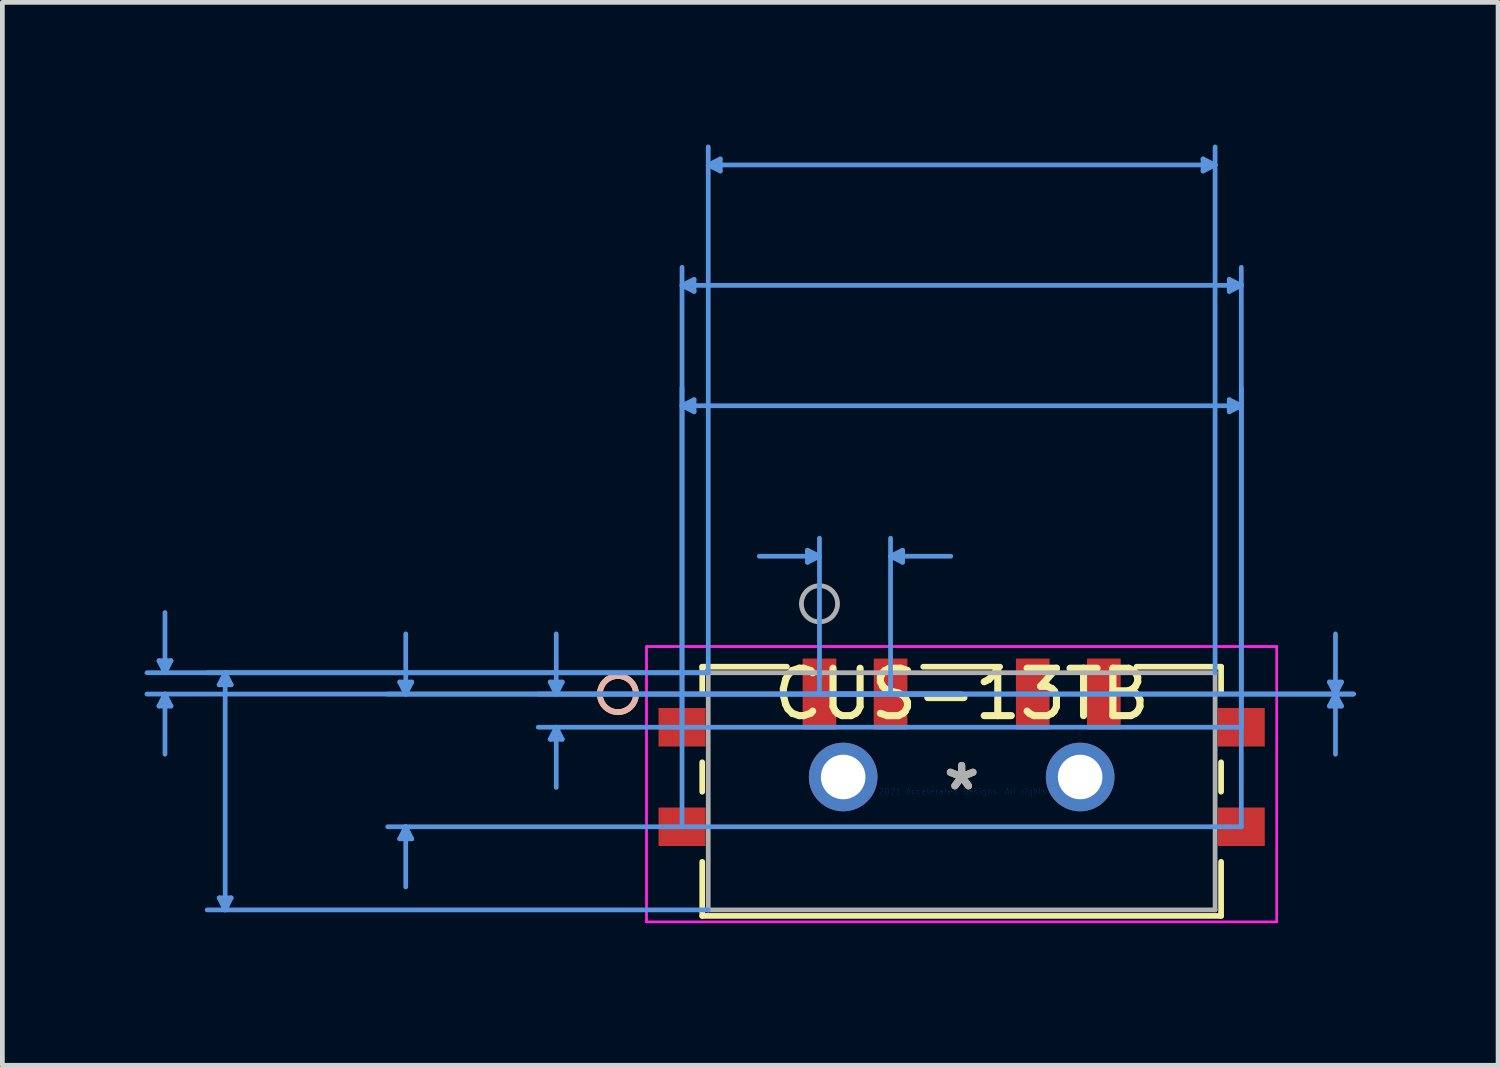
<source format=kicad_pcb>
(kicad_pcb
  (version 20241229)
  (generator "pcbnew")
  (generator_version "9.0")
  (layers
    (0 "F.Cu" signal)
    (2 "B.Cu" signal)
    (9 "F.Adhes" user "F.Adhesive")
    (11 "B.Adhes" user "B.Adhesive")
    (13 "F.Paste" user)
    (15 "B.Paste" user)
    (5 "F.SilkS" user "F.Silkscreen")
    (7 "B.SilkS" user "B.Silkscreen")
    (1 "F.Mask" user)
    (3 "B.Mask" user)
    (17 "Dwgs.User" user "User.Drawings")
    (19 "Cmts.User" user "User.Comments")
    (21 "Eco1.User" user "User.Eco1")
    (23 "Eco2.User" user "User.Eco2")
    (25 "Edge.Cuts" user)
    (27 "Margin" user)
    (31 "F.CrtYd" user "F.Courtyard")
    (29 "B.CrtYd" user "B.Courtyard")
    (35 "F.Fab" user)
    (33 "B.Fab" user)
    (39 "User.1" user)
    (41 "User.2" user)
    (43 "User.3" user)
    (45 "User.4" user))
  (footprint "CUS-13TB"
    (layer "F.Cu")
    (at 17.24 13.646)
    (property "Reference" "CUS-13TB" (at 0 -2.052 0) (layer "F.SilkS") (effects (font (size 1 1) (thickness 0.15))))
    (attr through_hole)
    (fp_line (start -5.474 -2.629) (end -5.474 -2.091) (stroke (width 0.12) (type solid)) (layer "F.SilkS"))
    (fp_line (start -5.474 -0.613) (end -5.474 0.009) (stroke (width 0.12) (type solid)) (layer "F.SilkS"))
    (fp_line (start -5.474 1.487) (end -5.474 2.629) (stroke (width 0.12) (type solid)) (layer "F.SilkS"))
    (fp_line (start -5.474 2.629) (end 5.474 2.629) (stroke (width 0.12) (type solid)) (layer "F.SilkS"))
    (fp_line (start -3.688 -2.629) (end -5.474 -2.629) (stroke (width 0.12) (type solid)) (layer "F.SilkS"))
    (fp_line (start 0.812 -2.629) (end -0.812 -2.629) (stroke (width 0.12) (type solid)) (layer "F.SilkS"))
    (fp_line (start 5.474 -2.629) (end 3.688 -2.629) (stroke (width 0.12) (type solid)) (layer "F.SilkS"))
    (fp_line (start 5.474 -2.091) (end 5.474 -2.629) (stroke (width 0.12) (type solid)) (layer "F.SilkS"))
    (fp_line (start 5.474 0.009) (end 5.474 -0.613) (stroke (width 0.12) (type solid)) (layer "F.SilkS"))
    (fp_line (start 5.474 2.629) (end 5.474 1.487) (stroke (width 0.12) (type solid)) (layer "F.SilkS"))
    (fp_circle (center -7.252 -2.052) (end -6.871 -2.052) (stroke (width 0.12) (type solid)) (fill no) (layer "F.SilkS"))
    (fp_circle (center -7.252 -2.052) (end -6.871 -2.052) (stroke (width 0.12) (type solid)) (fill no) (layer "B.SilkS"))
    (fp_line (start -16.936 -2.756) (end -16.682 -2.756) (stroke (width 0.1) (type solid)) (layer "Cmts.User"))
    (fp_line (start -16.936 -1.798) (end -16.682 -1.798) (stroke (width 0.1) (type solid)) (layer "Cmts.User"))
    (fp_line (start -16.809 -2.502) (end -16.936 -2.756) (stroke (width 0.1) (type solid)) (layer "Cmts.User"))
    (fp_line (start -16.809 -2.502) (end -16.809 -3.772) (stroke (width 0.1) (type solid)) (layer "Cmts.User"))
    (fp_line (start -16.809 -2.502) (end -16.682 -2.756) (stroke (width 0.1) (type solid)) (layer "Cmts.User"))
    (fp_line (start -16.809 -2.052) (end -16.936 -1.798) (stroke (width 0.1) (type solid)) (layer "Cmts.User"))
    (fp_line (start -16.809 -2.052) (end -16.809 -0.782) (stroke (width 0.1) (type solid)) (layer "Cmts.User"))
    (fp_line (start -16.809 -2.052) (end -16.682 -1.798) (stroke (width 0.1) (type solid)) (layer "Cmts.User"))
    (fp_line (start -15.666 -2.248) (end -15.412 -2.248) (stroke (width 0.1) (type solid)) (layer "Cmts.User"))
    (fp_line (start -15.666 2.248) (end -15.412 2.248) (stroke (width 0.1) (type solid)) (layer "Cmts.User"))
    (fp_line (start -15.539 -2.502) (end -15.666 -2.248) (stroke (width 0.1) (type solid)) (layer "Cmts.User"))
    (fp_line (start -15.539 -2.502) (end -15.539 2.502) (stroke (width 0.1) (type solid)) (layer "Cmts.User"))
    (fp_line (start -15.539 -2.502) (end -15.412 -2.248) (stroke (width 0.1) (type solid)) (layer "Cmts.User"))
    (fp_line (start -15.539 2.502) (end -15.666 2.248) (stroke (width 0.1) (type solid)) (layer "Cmts.User"))
    (fp_line (start -15.539 2.502) (end -15.412 2.248) (stroke (width 0.1) (type solid)) (layer "Cmts.User"))
    (fp_line (start -11.856 -2.306) (end -11.602 -2.306) (stroke (width 0.1) (type solid)) (layer "Cmts.User"))
    (fp_line (start -11.856 1.002) (end -11.602 1.002) (stroke (width 0.1) (type solid)) (layer "Cmts.User"))
    (fp_line (start -11.729 -2.052) (end -11.856 -2.306) (stroke (width 0.1) (type solid)) (layer "Cmts.User"))
    (fp_line (start -11.729 -2.052) (end -11.729 -3.322) (stroke (width 0.1) (type solid)) (layer "Cmts.User"))
    (fp_line (start -11.729 -2.052) (end -11.602 -2.306) (stroke (width 0.1) (type solid)) (layer "Cmts.User"))
    (fp_line (start -11.729 0.748) (end -11.856 1.002) (stroke (width 0.1) (type solid)) (layer "Cmts.User"))
    (fp_line (start -11.729 0.748) (end -11.729 2.018) (stroke (width 0.1) (type solid)) (layer "Cmts.User"))
    (fp_line (start -11.729 0.748) (end -11.602 1.002) (stroke (width 0.1) (type solid)) (layer "Cmts.User"))
    (fp_line (start -8.681 -2.306) (end -8.427 -2.306) (stroke (width 0.1) (type solid)) (layer "Cmts.User"))
    (fp_line (start -8.681 -1.098) (end -8.427 -1.098) (stroke (width 0.1) (type solid)) (layer "Cmts.User"))
    (fp_line (start -8.554 -2.052) (end -8.681 -2.306) (stroke (width 0.1) (type solid)) (layer "Cmts.User"))
    (fp_line (start -8.554 -2.052) (end -8.554 -3.322) (stroke (width 0.1) (type solid)) (layer "Cmts.User"))
    (fp_line (start -8.554 -2.052) (end -8.427 -2.306) (stroke (width 0.1) (type solid)) (layer "Cmts.User"))
    (fp_line (start -8.554 -1.352) (end -8.681 -1.098) (stroke (width 0.1) (type solid)) (layer "Cmts.User"))
    (fp_line (start -8.554 -1.352) (end -8.554 -0.082) (stroke (width 0.1) (type solid)) (layer "Cmts.User"))
    (fp_line (start -8.554 -1.352) (end -8.427 -1.098) (stroke (width 0.1) (type solid)) (layer "Cmts.User"))
    (fp_line (start -5.9 -10.675) (end -5.646 -10.802) (stroke (width 0.1) (type solid)) (layer "Cmts.User"))
    (fp_line (start -5.9 -10.675) (end -5.646 -10.548) (stroke (width 0.1) (type solid)) (layer "Cmts.User"))
    (fp_line (start -5.9 -10.675) (end 5.9 -10.675) (stroke (width 0.1) (type solid)) (layer "Cmts.User"))
    (fp_line (start -5.9 -8.135) (end -5.646 -8.262) (stroke (width 0.1) (type solid)) (layer "Cmts.User"))
    (fp_line (start -5.9 -8.135) (end -5.646 -8.008) (stroke (width 0.1) (type solid)) (layer "Cmts.User"))
    (fp_line (start -5.9 -8.135) (end 5.9 -8.135) (stroke (width 0.1) (type solid)) (layer "Cmts.User"))
    (fp_line (start -5.9 -1.352) (end -5.9 -11.056) (stroke (width 0.1) (type solid)) (layer "Cmts.User"))
    (fp_line (start -5.9 0.748) (end -5.9 -8.516) (stroke (width 0.1) (type solid)) (layer "Cmts.User"))
    (fp_line (start -5.646 -10.802) (end -5.646 -10.548) (stroke (width 0.1) (type solid)) (layer "Cmts.User"))
    (fp_line (start -5.646 -8.262) (end -5.646 -8.008) (stroke (width 0.1) (type solid)) (layer "Cmts.User"))
    (fp_line (start -5.347 -13.215) (end -5.093 -13.342) (stroke (width 0.1) (type solid)) (layer "Cmts.User"))
    (fp_line (start -5.347 -13.215) (end -5.093 -13.088) (stroke (width 0.1) (type solid)) (layer "Cmts.User"))
    (fp_line (start -5.347 -13.215) (end 5.347 -13.215) (stroke (width 0.1) (type solid)) (layer "Cmts.User"))
    (fp_line (start -5.347 -2.502) (end -17.19 -2.502) (stroke (width 0.1) (type solid)) (layer "Cmts.User"))
    (fp_line (start -5.347 -2.502) (end -15.92 -2.502) (stroke (width 0.1) (type solid)) (layer "Cmts.User"))
    (fp_line (start -5.347 -2.502) (end -5.347 -13.596) (stroke (width 0.1) (type solid)) (layer "Cmts.User"))
    (fp_line (start -5.347 2.502) (end -15.92 2.502) (stroke (width 0.1) (type solid)) (layer "Cmts.User"))
    (fp_line (start -5.093 -13.342) (end -5.093 -13.088) (stroke (width 0.1) (type solid)) (layer "Cmts.User"))
    (fp_line (start -3.254 -5.087) (end -3.254 -4.833) (stroke (width 0.1) (type solid)) (layer "Cmts.User"))
    (fp_line (start -3 -4.96) (end -4.27 -4.96) (stroke (width 0.1) (type solid)) (layer "Cmts.User"))
    (fp_line (start -3 -4.96) (end -3.254 -5.087) (stroke (width 0.1) (type solid)) (layer "Cmts.User"))
    (fp_line (start -3 -4.96) (end -3.254 -4.833) (stroke (width 0.1) (type solid)) (layer "Cmts.User"))
    (fp_line (start -3 -2.052) (end -3 -5.341) (stroke (width 0.1) (type solid)) (layer "Cmts.User"))
    (fp_line (start -3 -2.052) (end 8.268 -2.052) (stroke (width 0.1) (type solid)) (layer "Cmts.User"))
    (fp_line (start -3 -2.052) (end 8.268 -2.052) (stroke (width 0.1) (type solid)) (layer "Cmts.User"))
    (fp_line (start -1.5 -4.96) (end -1.246 -5.087) (stroke (width 0.1) (type solid)) (layer "Cmts.User"))
    (fp_line (start -1.5 -4.96) (end -1.246 -4.833) (stroke (width 0.1) (type solid)) (layer "Cmts.User"))
    (fp_line (start -1.5 -4.96) (end -0.23 -4.96) (stroke (width 0.1) (type solid)) (layer "Cmts.User"))
    (fp_line (start -1.5 -2.052) (end -1.5 -5.341) (stroke (width 0.1) (type solid)) (layer "Cmts.User"))
    (fp_line (start -1.246 -5.087) (end -1.246 -4.833) (stroke (width 0.1) (type solid)) (layer "Cmts.User"))
    (fp_line (start 0 -2.052) (end -17.19 -2.052) (stroke (width 0.1) (type solid)) (layer "Cmts.User"))
    (fp_line (start 0 -2.052) (end -12.11 -2.052) (stroke (width 0.1) (type solid)) (layer "Cmts.User"))
    (fp_line (start 0 -2.052) (end -8.935 -2.052) (stroke (width 0.1) (type solid)) (layer "Cmts.User"))
    (fp_line (start 5.093 -13.342) (end 5.093 -13.088) (stroke (width 0.1) (type solid)) (layer "Cmts.User"))
    (fp_line (start 5.347 -13.215) (end 5.093 -13.342) (stroke (width 0.1) (type solid)) (layer "Cmts.User"))
    (fp_line (start 5.347 -13.215) (end 5.093 -13.088) (stroke (width 0.1) (type solid)) (layer "Cmts.User"))
    (fp_line (start 5.347 -2.502) (end 5.347 -13.596) (stroke (width 0.1) (type solid)) (layer "Cmts.User"))
    (fp_line (start 5.646 -10.802) (end 5.646 -10.548) (stroke (width 0.1) (type solid)) (layer "Cmts.User"))
    (fp_line (start 5.646 -8.262) (end 5.646 -8.008) (stroke (width 0.1) (type solid)) (layer "Cmts.User"))
    (fp_line (start 5.9 -10.675) (end 5.646 -10.802) (stroke (width 0.1) (type solid)) (layer "Cmts.User"))
    (fp_line (start 5.9 -10.675) (end 5.646 -10.548) (stroke (width 0.1) (type solid)) (layer "Cmts.User"))
    (fp_line (start 5.9 -8.135) (end 5.646 -8.262) (stroke (width 0.1) (type solid)) (layer "Cmts.User"))
    (fp_line (start 5.9 -8.135) (end 5.646 -8.008) (stroke (width 0.1) (type solid)) (layer "Cmts.User"))
    (fp_line (start 5.9 -1.352) (end -8.935 -1.352) (stroke (width 0.1) (type solid)) (layer "Cmts.User"))
    (fp_line (start 5.9 -1.352) (end 5.9 -11.056) (stroke (width 0.1) (type solid)) (layer "Cmts.User"))
    (fp_line (start 5.9 0.748) (end -12.11 0.748) (stroke (width 0.1) (type solid)) (layer "Cmts.User"))
    (fp_line (start 5.9 0.748) (end 5.9 -8.516) (stroke (width 0.1) (type solid)) (layer "Cmts.User"))
    (fp_line (start 7.76 -2.306) (end 8.014 -2.306) (stroke (width 0.1) (type solid)) (layer "Cmts.User"))
    (fp_line (start 7.76 -1.798) (end 8.014 -1.798) (stroke (width 0.1) (type solid)) (layer "Cmts.User"))
    (fp_line (start 7.887 -2.052) (end 7.76 -2.306) (stroke (width 0.1) (type solid)) (layer "Cmts.User"))
    (fp_line (start 7.887 -2.052) (end 7.76 -1.798) (stroke (width 0.1) (type solid)) (layer "Cmts.User"))
    (fp_line (start 7.887 -2.052) (end 7.887 -3.322) (stroke (width 0.1) (type solid)) (layer "Cmts.User"))
    (fp_line (start 7.887 -2.052) (end 7.887 -0.782) (stroke (width 0.1) (type solid)) (layer "Cmts.User"))
    (fp_line (start 7.887 -2.052) (end 8.014 -2.306) (stroke (width 0.1) (type solid)) (layer "Cmts.User"))
    (fp_line (start 7.887 -2.052) (end 8.014 -1.798) (stroke (width 0.1) (type solid)) (layer "Cmts.User"))
    (fp_line (start -6.649 -3.055) (end -6.649 2.756) (stroke (width 0.05) (type solid)) (layer "F.CrtYd"))
    (fp_line (start -6.649 -3.055) (end -6.649 2.756) (stroke (width 0.05) (type solid)) (layer "F.CrtYd"))
    (fp_line (start -6.649 2.756) (end 6.649 2.756) (stroke (width 0.05) (type solid)) (layer "F.CrtYd"))
    (fp_line (start -6.649 2.756) (end 6.649 2.756) (stroke (width 0.05) (type solid)) (layer "F.CrtYd"))
    (fp_line (start 6.649 -3.055) (end -6.649 -3.055) (stroke (width 0.05) (type solid)) (layer "F.CrtYd"))
    (fp_line (start 6.649 -3.055) (end -6.649 -3.055) (stroke (width 0.05) (type solid)) (layer "F.CrtYd"))
    (fp_line (start 6.649 2.756) (end 6.649 -3.055) (stroke (width 0.05) (type solid)) (layer "F.CrtYd"))
    (fp_line (start 6.649 2.756) (end 6.649 -3.055) (stroke (width 0.05) (type solid)) (layer "F.CrtYd"))
    (fp_line (start -5.347 -2.502) (end -5.347 2.502) (stroke (width 0.1) (type solid)) (layer "F.Fab"))
    (fp_line (start -5.347 2.502) (end 5.347 2.502) (stroke (width 0.1) (type solid)) (layer "F.Fab"))
    (fp_line (start 5.347 -2.502) (end -5.347 -2.502) (stroke (width 0.1) (type solid)) (layer "F.Fab"))
    (fp_line (start 5.347 2.502) (end 5.347 -2.502) (stroke (width 0.1) (type solid)) (layer "F.Fab"))
    (fp_circle (center -3 -3.957) (end -2.619 -3.957) (stroke (width 0.1) (type solid)) (fill no) (layer "F.Fab"))
    (fp_text user "*" (at 0 0 0) (layer "F.SilkS") (effects (font (size 1 1) (thickness 0.15))))
    (fp_text user "Copyright 2021 Accelerated Designs. All rights reserved." (at 0 0 0) (layer "Cmts.User") (effects (font (size 0.127 0.127) (thickness 0.002))))
    (fp_text user "*" (at 0 0 0) (layer "F.Fab") (effects (font (size 1 1) (thickness 0.15))))
    (pad "1" smd rect (at -3 -2.052) (size 0.711 1.499) (layers "F.Cu" "F.Mask" "F.Paste"))
    (pad "2" smd rect (at -1.5 -2.052) (size 0.711 1.499) (layers "F.Cu" "F.Mask" "F.Paste"))
    (pad "3" smd rect (at 1.5 -2.052) (size 0.711 1.499) (layers "F.Cu" "F.Mask" "F.Paste"))
    (pad "4" smd rect (at 3 -2.052) (size 0.711 1.499) (layers "F.Cu" "F.Mask" "F.Paste"))
    (pad "5" smd rect (at -5.9 -1.352) (size 0.991 0.813) (layers "F.Cu" "F.Mask" "F.Paste"))
    (pad "6" smd rect (at 5.9 -1.352) (size 0.991 0.813) (layers "F.Cu" "F.Mask" "F.Paste"))
    (pad "7" smd rect (at -5.9 0.748) (size 0.991 0.813) (layers "F.Cu" "F.Mask" "F.Paste"))
    (pad "8" smd rect (at 5.9 0.748) (size 0.991 0.813) (layers "F.Cu" "F.Mask" "F.Paste"))
    (pad "9" thru_hole circle (at -2.5 -0.302) (size 1.448 1.448) (drill 0.94) (layers "*.Cu" "*.Mask"))
    (pad "10" thru_hole circle (at 2.5 -0.302) (size 1.448 1.448) (drill 0.94) (layers "*.Cu" "*.Mask")))
  (gr_rect
    (start -3 -3)
    (end 28.558 19.427)
    (stroke (width 0.1) (type default))
    (fill no)
    (layer "Edge.Cuts")))
</source>
